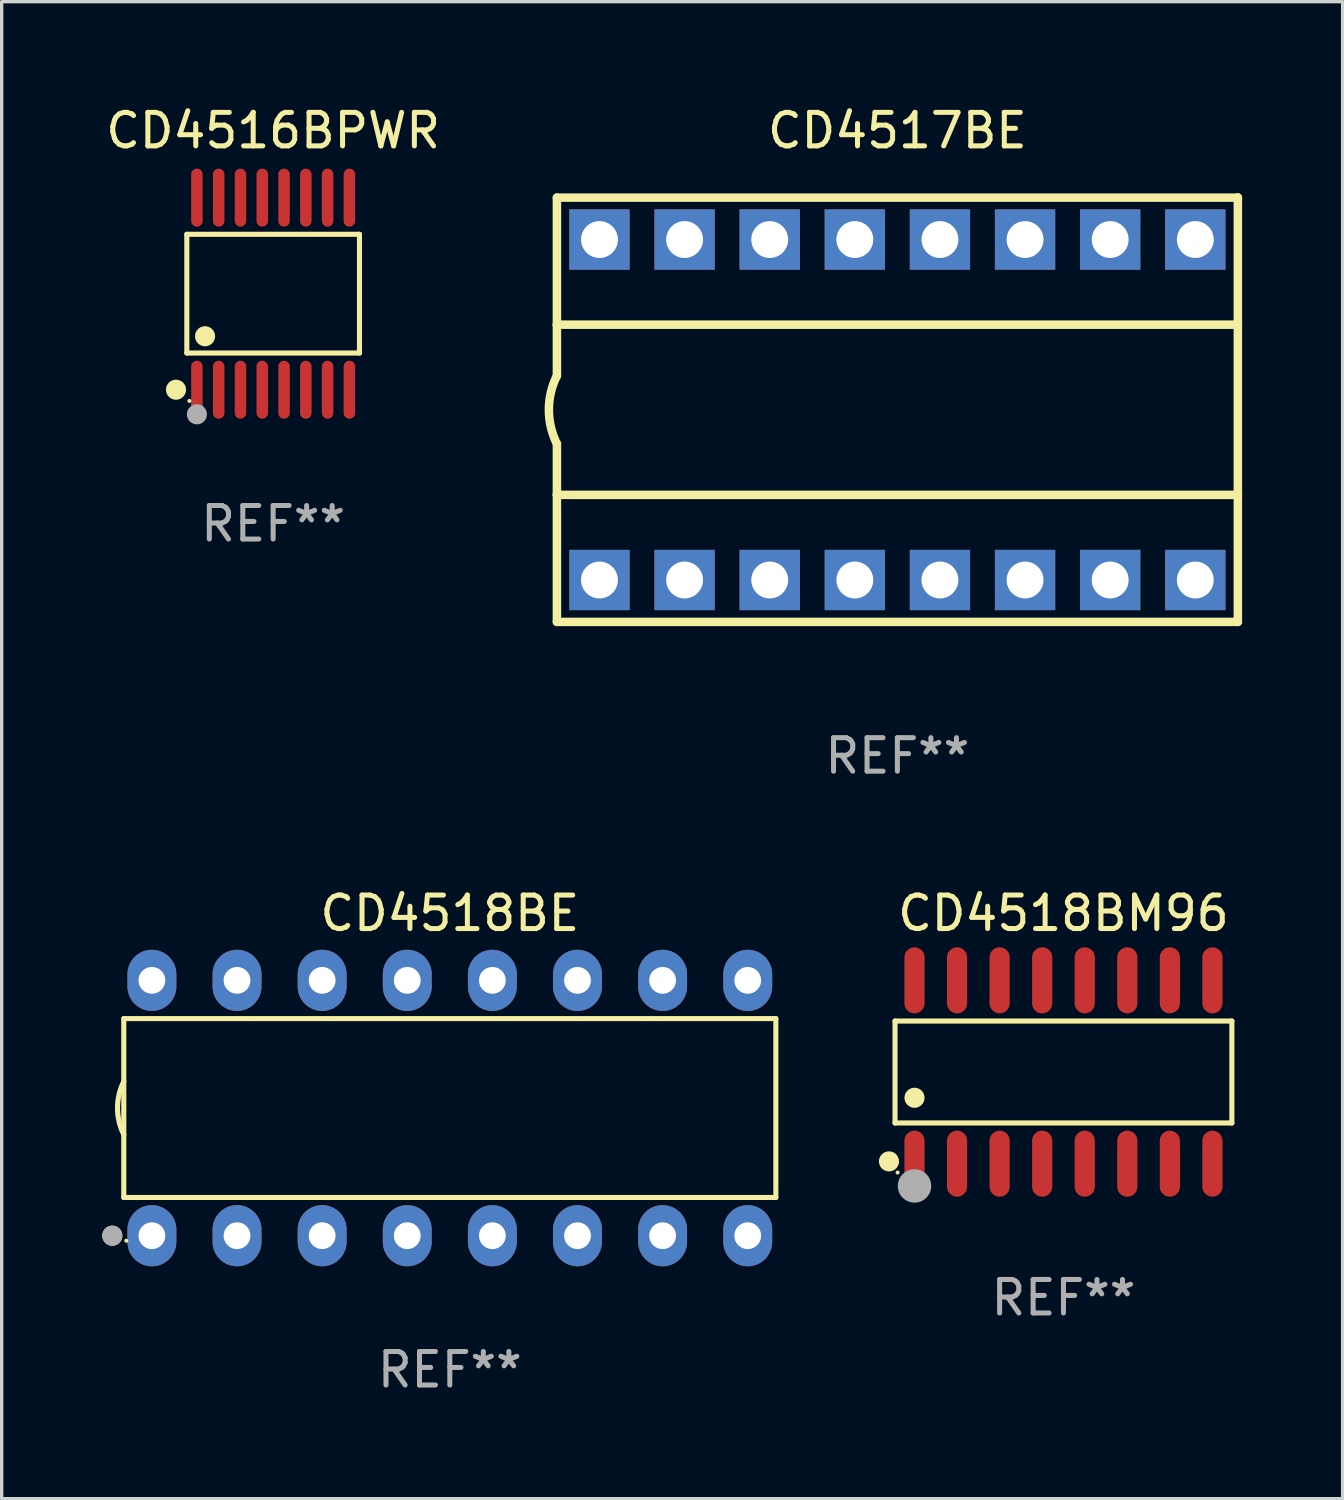
<source format=kicad_pcb>
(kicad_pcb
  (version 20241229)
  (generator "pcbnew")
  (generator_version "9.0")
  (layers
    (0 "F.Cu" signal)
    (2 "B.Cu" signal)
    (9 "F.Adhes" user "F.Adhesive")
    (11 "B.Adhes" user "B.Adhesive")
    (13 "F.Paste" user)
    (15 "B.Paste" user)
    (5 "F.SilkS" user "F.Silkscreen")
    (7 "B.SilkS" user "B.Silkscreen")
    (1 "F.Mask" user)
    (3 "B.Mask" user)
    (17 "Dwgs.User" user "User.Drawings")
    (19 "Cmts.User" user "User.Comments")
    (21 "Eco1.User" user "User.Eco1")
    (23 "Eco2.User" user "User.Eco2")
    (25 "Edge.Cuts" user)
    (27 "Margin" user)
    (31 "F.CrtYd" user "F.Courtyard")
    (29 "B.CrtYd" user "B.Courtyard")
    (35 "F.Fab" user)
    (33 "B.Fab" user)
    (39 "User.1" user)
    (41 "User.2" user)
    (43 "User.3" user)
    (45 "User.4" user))
  (footprint "CD4516BPWR"
    (layer "F.Cu")
    (at 5.101 5.714)
    (property "Reference" "CD4516BPWR" (at 0 -4.866 0) (layer "F.SilkS") (effects (font (size 1 1) (thickness 0.15))))
    (attr through_hole)
    (fp_line (start -2.576 -1.772) (end 2.576 -1.772) (stroke (width 0.152) (type solid)) (layer "F.SilkS"))
    (fp_line (start -2.576 1.771) (end -2.576 -1.772) (stroke (width 0.152) (type solid)) (layer "F.SilkS"))
    (fp_line (start 2.576 -1.772) (end 2.576 1.771) (stroke (width 0.152) (type solid)) (layer "F.SilkS"))
    (fp_line (start 2.576 1.771) (end -2.576 1.771) (stroke (width 0.152) (type solid)) (layer "F.SilkS"))
    (fp_circle (center -2.899 2.866) (end -2.749 2.866) (stroke (width 0.3) (type solid)) (fill no) (layer "F.SilkS"))
    (fp_circle (center -2.5 3.2) (end -2.47 3.2) (stroke (width 0.06) (type solid)) (fill no) (layer "F.SilkS"))
    (fp_circle (center -2.032 1.27) (end -1.882 1.27) (stroke (width 0.3) (type solid)) (fill no) (layer "F.SilkS"))
    (fp_circle (center -2.275 3.6) (end -2.125 3.6) (stroke (width 0.3) (type solid)) (fill no) (layer "F.Fab"))
    (fp_text user "REF**" (at 0 6.866 0) (layer "F.Fab") (effects (font (size 1 1) (thickness 0.15))))
    (pad "1" smd oval (at -2.275 2.866) (size 0.343 1.731) (layers "F.Cu" "F.Mask" "F.Paste"))
    (pad "2" smd oval (at -1.625 2.866) (size 0.343 1.731) (layers "F.Cu" "F.Mask" "F.Paste"))
    (pad "3" smd oval (at -0.975 2.866) (size 0.343 1.731) (layers "F.Cu" "F.Mask" "F.Paste"))
    (pad "4" smd oval (at -0.325 2.866) (size 0.343 1.731) (layers "F.Cu" "F.Mask" "F.Paste"))
    (pad "5" smd oval (at 0.325 2.866) (size 0.343 1.731) (layers "F.Cu" "F.Mask" "F.Paste"))
    (pad "6" smd oval (at 0.975 2.866) (size 0.343 1.731) (layers "F.Cu" "F.Mask" "F.Paste"))
    (pad "7" smd oval (at 1.625 2.866) (size 0.343 1.731) (layers "F.Cu" "F.Mask" "F.Paste"))
    (pad "8" smd oval (at 2.275 2.866) (size 0.343 1.731) (layers "F.Cu" "F.Mask" "F.Paste"))
    (pad "9" smd oval (at 2.275 -2.866) (size 0.343 1.731) (layers "F.Cu" "F.Mask" "F.Paste"))
    (pad "10" smd oval (at 1.625 -2.866) (size 0.343 1.731) (layers "F.Cu" "F.Mask" "F.Paste"))
    (pad "11" smd oval (at 0.975 -2.866) (size 0.343 1.731) (layers "F.Cu" "F.Mask" "F.Paste"))
    (pad "12" smd oval (at 0.325 -2.866) (size 0.343 1.731) (layers "F.Cu" "F.Mask" "F.Paste"))
    (pad "13" smd oval (at -0.325 -2.866) (size 0.343 1.731) (layers "F.Cu" "F.Mask" "F.Paste"))
    (pad "14" smd oval (at -0.975 -2.866) (size 0.343 1.731) (layers "F.Cu" "F.Mask" "F.Paste"))
    (pad "15" smd oval (at -1.625 -2.866) (size 0.343 1.731) (layers "F.Cu" "F.Mask" "F.Paste"))
    (pad "16" smd oval (at -2.275 -2.866) (size 0.343 1.731) (layers "F.Cu" "F.Mask" "F.Paste")))
  (footprint "CD4518BE"
    (layer "F.Cu")
    (at 10.373 30.015)
    (property "Reference" "CD4518BE" (at 0 -5.81 0) (layer "F.SilkS") (effects (font (size 1 1) (thickness 0.15))))
    (attr through_hole)
    (fp_line (start -9.729 -2.669) (end 9.729 -2.669) (stroke (width 0.152) (type solid)) (layer "F.SilkS"))
    (fp_line (start -9.729 2.669) (end -9.729 -2.669) (stroke (width 0.152) (type solid)) (layer "F.SilkS"))
    (fp_line (start 9.729 -2.669) (end 9.729 2.669) (stroke (width 0.152) (type solid)) (layer "F.SilkS"))
    (fp_line (start 9.729 2.669) (end -9.729 2.669) (stroke (width 0.152) (type solid)) (layer "F.SilkS"))
    (fp_arc (start -9.728727 0.793751) (mid -9.916106 0) (end -9.728727 -0.793752) (stroke (width 0.1524) (type solid)) (layer "F.SilkS"))
    (fp_circle (center -10.072 3.81) (end -9.922 3.81) (stroke (width 0.3) (type solid)) (fill no) (layer "F.SilkS"))
    (fp_circle (center -9.653 3.96) (end -9.623 3.96) (stroke (width 0.06) (type solid)) (fill no) (layer "F.SilkS"))
    (fp_circle (center -10.072 3.81) (end -9.922 3.81) (stroke (width 0.3) (type solid)) (fill no) (layer "F.Fab"))
    (fp_text user "REF**" (at 0 7.81 0) (layer "F.Fab") (effects (font (size 1 1) (thickness 0.15))))
    (pad "1" thru_hole oval (at -8.89 3.81) (size 1.46 1.825) (drill 0.8) (layers "*.Cu" "*.Mask"))
    (pad "2" thru_hole oval (at -6.35 3.81) (size 1.46 1.825) (drill 0.8) (layers "*.Cu" "*.Mask"))
    (pad "3" thru_hole oval (at -3.81 3.81) (size 1.46 1.825) (drill 0.8) (layers "*.Cu" "*.Mask"))
    (pad "4" thru_hole oval (at -1.27 3.81) (size 1.46 1.825) (drill 0.8) (layers "*.Cu" "*.Mask"))
    (pad "5" thru_hole oval (at 1.27 3.81) (size 1.46 1.825) (drill 0.8) (layers "*.Cu" "*.Mask"))
    (pad "6" thru_hole oval (at 3.81 3.81) (size 1.46 1.825) (drill 0.8) (layers "*.Cu" "*.Mask"))
    (pad "7" thru_hole oval (at 6.35 3.81) (size 1.46 1.825) (drill 0.8) (layers "*.Cu" "*.Mask"))
    (pad "8" thru_hole oval (at 8.89 3.81) (size 1.46 1.825) (drill 0.8) (layers "*.Cu" "*.Mask"))
    (pad "9" thru_hole oval (at 8.89 -3.81) (size 1.46 1.825) (drill 0.8) (layers "*.Cu" "*.Mask"))
    (pad "10" thru_hole oval (at 6.35 -3.81) (size 1.46 1.825) (drill 0.8) (layers "*.Cu" "*.Mask"))
    (pad "11" thru_hole oval (at 3.81 -3.81) (size 1.46 1.825) (drill 0.8) (layers "*.Cu" "*.Mask"))
    (pad "12" thru_hole oval (at 1.27 -3.81) (size 1.46 1.825) (drill 0.8) (layers "*.Cu" "*.Mask"))
    (pad "13" thru_hole oval (at -1.27 -3.81) (size 1.46 1.825) (drill 0.8) (layers "*.Cu" "*.Mask"))
    (pad "14" thru_hole oval (at -3.81 -3.81) (size 1.46 1.825) (drill 0.8) (layers "*.Cu" "*.Mask"))
    (pad "15" thru_hole oval (at -6.35 -3.81) (size 1.46 1.825) (drill 0.8) (layers "*.Cu" "*.Mask"))
    (pad "16" thru_hole oval (at -8.89 -3.81) (size 1.46 1.825) (drill 0.8) (layers "*.Cu" "*.Mask")))
  (footprint "CD4518BM96"
    (layer "F.Cu")
    (at 28.685 28.94)
    (property "Reference" "CD4518BM96" (at 0 -4.736 0) (layer "F.SilkS") (effects (font (size 1 1) (thickness 0.15))))
    (attr through_hole)
    (fp_line (start -5.026 -1.521) (end 5.026 -1.521) (stroke (width 0.152) (type solid)) (layer "F.SilkS"))
    (fp_line (start -5.026 1.521) (end -5.026 -1.521) (stroke (width 0.152) (type solid)) (layer "F.SilkS"))
    (fp_line (start 5.026 -1.521) (end 5.026 1.521) (stroke (width 0.152) (type solid)) (layer "F.SilkS"))
    (fp_line (start 5.026 1.521) (end -5.026 1.521) (stroke (width 0.152) (type solid)) (layer "F.SilkS"))
    (fp_circle (center -5.207 2.667) (end -5.057 2.667) (stroke (width 0.3) (type solid)) (fill no) (layer "F.SilkS"))
    (fp_circle (center -4.95 3) (end -4.92 3) (stroke (width 0.06) (type solid)) (fill no) (layer "F.SilkS"))
    (fp_circle (center -4.445 0.769) (end -4.295 0.769) (stroke (width 0.3) (type solid)) (fill no) (layer "F.SilkS"))
    (fp_circle (center -4.445 3.4) (end -4.195 3.4) (stroke (width 0.5) (type solid)) (fill no) (layer "F.Fab"))
    (fp_text user "REF**" (at 0 6.736 0) (layer "F.Fab") (effects (font (size 1 1) (thickness 0.15))))
    (pad "1" smd oval (at -4.445 2.736) (size 0.602 1.971) (layers "F.Cu" "F.Mask" "F.Paste"))
    (pad "2" smd oval (at -3.175 2.736) (size 0.602 1.971) (layers "F.Cu" "F.Mask" "F.Paste"))
    (pad "3" smd oval (at -1.905 2.736) (size 0.602 1.971) (layers "F.Cu" "F.Mask" "F.Paste"))
    (pad "4" smd oval (at -0.635 2.736) (size 0.602 1.971) (layers "F.Cu" "F.Mask" "F.Paste"))
    (pad "5" smd oval (at 0.635 2.736) (size 0.602 1.971) (layers "F.Cu" "F.Mask" "F.Paste"))
    (pad "6" smd oval (at 1.905 2.736) (size 0.602 1.971) (layers "F.Cu" "F.Mask" "F.Paste"))
    (pad "7" smd oval (at 3.175 2.736) (size 0.602 1.971) (layers "F.Cu" "F.Mask" "F.Paste"))
    (pad "8" smd oval (at 4.445 2.736) (size 0.602 1.971) (layers "F.Cu" "F.Mask" "F.Paste"))
    (pad "9" smd oval (at 4.445 -2.736) (size 0.602 1.971) (layers "F.Cu" "F.Mask" "F.Paste"))
    (pad "10" smd oval (at 3.175 -2.736) (size 0.602 1.971) (layers "F.Cu" "F.Mask" "F.Paste"))
    (pad "11" smd oval (at 1.905 -2.736) (size 0.602 1.971) (layers "F.Cu" "F.Mask" "F.Paste"))
    (pad "12" smd oval (at 0.635 -2.736) (size 0.602 1.971) (layers "F.Cu" "F.Mask" "F.Paste"))
    (pad "13" smd oval (at -0.635 -2.736) (size 0.602 1.971) (layers "F.Cu" "F.Mask" "F.Paste"))
    (pad "14" smd oval (at -1.905 -2.736) (size 0.602 1.971) (layers "F.Cu" "F.Mask" "F.Paste"))
    (pad "15" smd oval (at -3.175 -2.736) (size 0.602 1.971) (layers "F.Cu" "F.Mask" "F.Paste"))
    (pad "16" smd oval (at -4.445 -2.736) (size 0.602 1.971) (layers "F.Cu" "F.Mask" "F.Paste")))
  (footprint "CD4517BE"
    (layer "F.Cu")
    (at 23.729 9.178)
    (property "Reference" "CD4517BE" (at 0 -8.33 0) (layer "F.SilkS") (effects (font (size 1 1) (thickness 0.15))))
    (attr through_hole)
    (fp_line (start -10.16 -6.33) (end -10.16 -2.54) (stroke (width 0.254) (type solid)) (layer "F.SilkS"))
    (fp_line (start -10.16 -6.33) (end 10.16 -6.33) (stroke (width 0.254) (type solid)) (layer "F.SilkS"))
    (fp_line (start -10.16 -2.54) (end -10.16 -1.016) (stroke (width 0.254) (type solid)) (layer "F.SilkS"))
    (fp_line (start -10.16 -2.54) (end 10.16 -2.54) (stroke (width 0.254) (type solid)) (layer "F.SilkS"))
    (fp_line (start -10.16 2.54) (end -10.16 1.016) (stroke (width 0.254) (type solid)) (layer "F.SilkS"))
    (fp_line (start -10.16 2.54) (end 10.16 2.54) (stroke (width 0.254) (type solid)) (layer "F.SilkS"))
    (fp_line (start -10.16 6.33) (end -10.16 2.54) (stroke (width 0.254) (type solid)) (layer "F.SilkS"))
    (fp_line (start -10.16 6.33) (end 10.16 6.33) (stroke (width 0.254) (type solid)) (layer "F.SilkS"))
    (fp_line (start 10.16 -6.33) (end 10.16 -6.267) (stroke (width 0.254) (type solid)) (layer "F.SilkS"))
    (fp_line (start 10.16 -6.33) (end 10.16 -2.54) (stroke (width 0.254) (type solid)) (layer "F.SilkS"))
    (fp_line (start 10.16 -2.54) (end 10.16 2.54) (stroke (width 0.254) (type solid)) (layer "F.SilkS"))
    (fp_line (start 10.16 2.54) (end 10.16 6.33) (stroke (width 0.254) (type solid)) (layer "F.SilkS"))
    (fp_arc (start -10.16 1.016) (mid -10.399845 0) (end -10.16 -1.016) (stroke (width 0.254001) (type solid)) (layer "F.SilkS"))
    (fp_text user "REF**" (at 0 10.33 0) (layer "F.Fab") (effects (font (size 1 1) (thickness 0.15))))
    (pad "1" thru_hole rect (at -8.89 5.08) (size 1.8 1.8) (drill 1.1) (layers "*.Cu" "*.Mask"))
    (pad "2" thru_hole rect (at -6.35 5.08) (size 1.8 1.8) (drill 1.1) (layers "*.Cu" "*.Mask"))
    (pad "3" thru_hole rect (at -3.81 5.08) (size 1.8 1.8) (drill 1.1) (layers "*.Cu" "*.Mask"))
    (pad "4" thru_hole rect (at -1.27 5.08) (size 1.8 1.8) (drill 1.1) (layers "*.Cu" "*.Mask"))
    (pad "5" thru_hole rect (at 1.27 5.08) (size 1.8 1.8) (drill 1.1) (layers "*.Cu" "*.Mask"))
    (pad "6" thru_hole rect (at 3.81 5.08) (size 1.8 1.8) (drill 1.1) (layers "*.Cu" "*.Mask"))
    (pad "7" thru_hole rect (at 6.35 5.08) (size 1.8 1.8) (drill 1.1) (layers "*.Cu" "*.Mask"))
    (pad "8" thru_hole rect (at 8.89 5.08) (size 1.8 1.8) (drill 1.1) (layers "*.Cu" "*.Mask"))
    (pad "9" thru_hole rect (at 8.89 -5.08) (size 1.8 1.8) (drill 1.1) (layers "*.Cu" "*.Mask"))
    (pad "10" thru_hole rect (at 6.35 -5.08) (size 1.8 1.8) (drill 1.1) (layers "*.Cu" "*.Mask"))
    (pad "11" thru_hole rect (at 3.81 -5.08) (size 1.8 1.8) (drill 1.1) (layers "*.Cu" "*.Mask"))
    (pad "12" thru_hole rect (at 1.27 -5.08) (size 1.8 1.8) (drill 1.1) (layers "*.Cu" "*.Mask"))
    (pad "13" thru_hole rect (at -1.27 -5.08) (size 1.8 1.8) (drill 1.1) (layers "*.Cu" "*.Mask"))
    (pad "14" thru_hole rect (at -3.81 -5.08) (size 1.8 1.8) (drill 1.1) (layers "*.Cu" "*.Mask"))
    (pad "15" thru_hole rect (at -6.35 -5.08) (size 1.8 1.8) (drill 1.1) (layers "*.Cu" "*.Mask"))
    (pad "16" thru_hole rect (at -8.89 -5.08) (size 1.8 1.8) (drill 1.1) (layers "*.Cu" "*.Mask")))
  (gr_rect
    (start -3 -3)
    (end 37.016 41.673)
    (stroke (width 0.1) (type default))
    (fill no)
    (layer "Edge.Cuts")))
</source>
